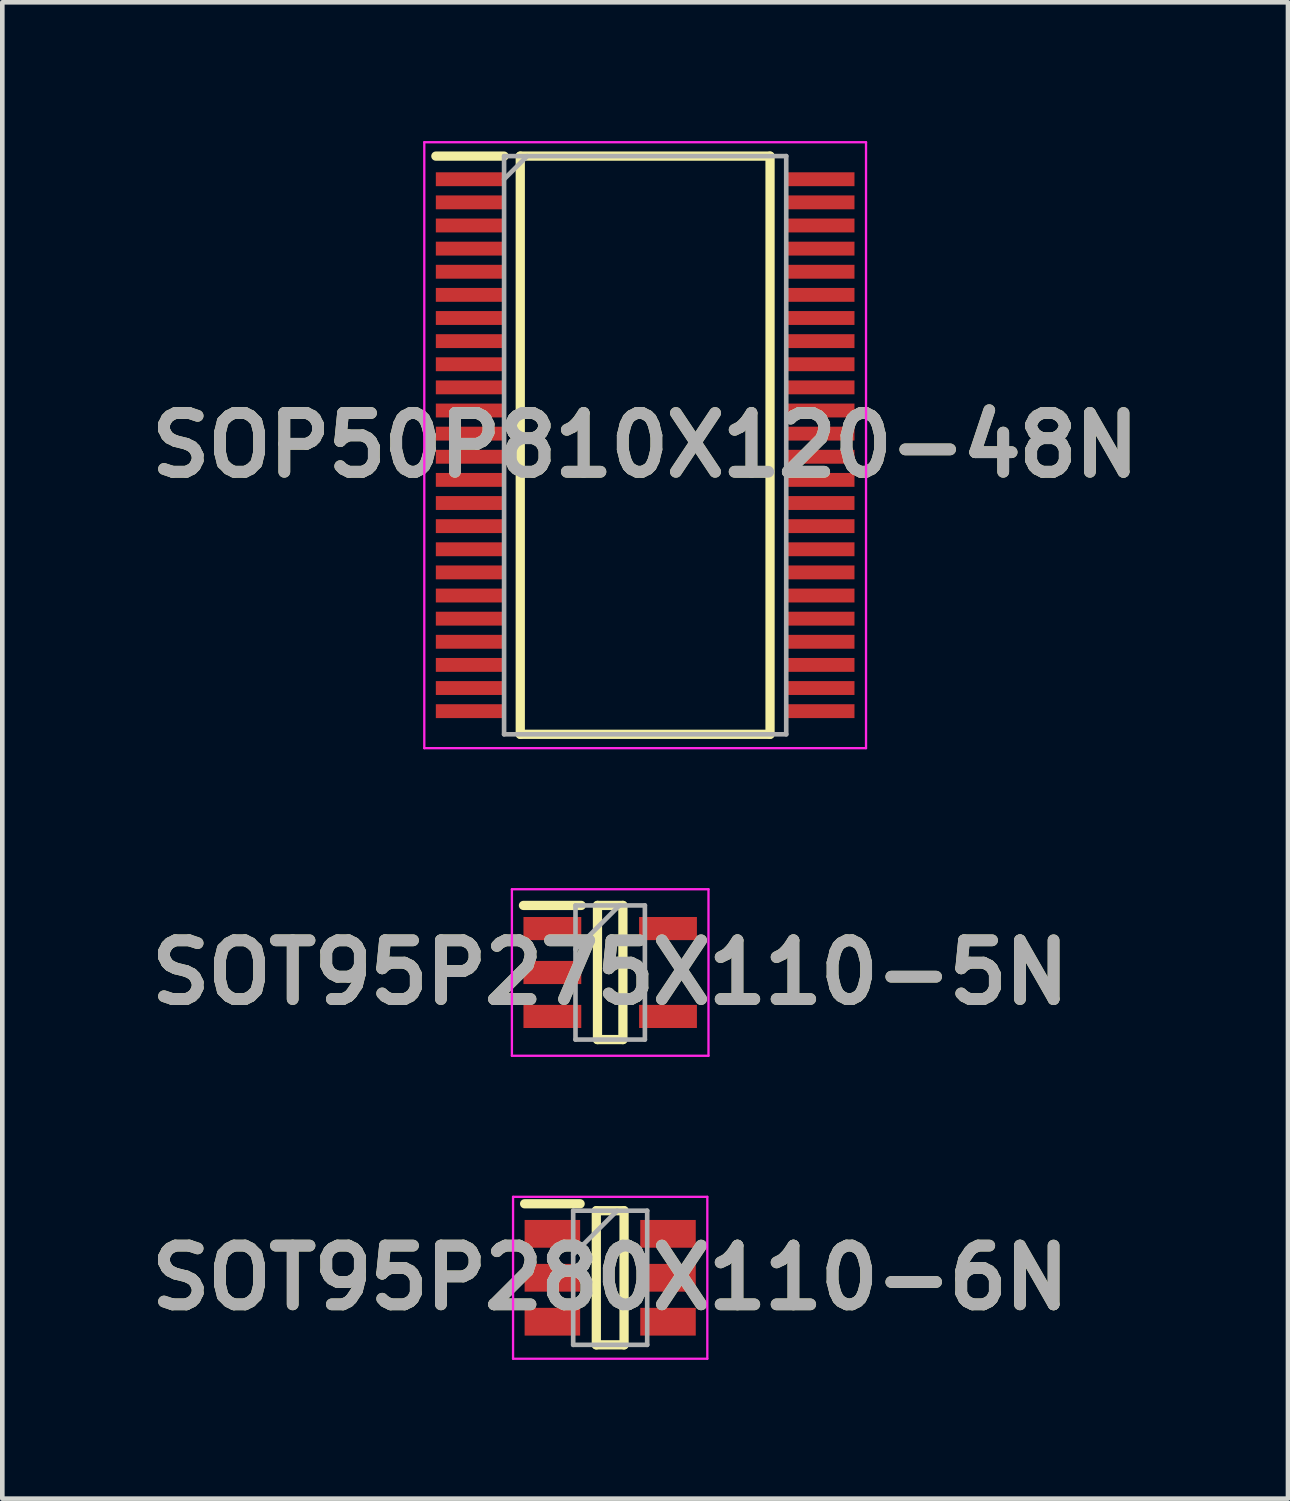
<source format=kicad_pcb>
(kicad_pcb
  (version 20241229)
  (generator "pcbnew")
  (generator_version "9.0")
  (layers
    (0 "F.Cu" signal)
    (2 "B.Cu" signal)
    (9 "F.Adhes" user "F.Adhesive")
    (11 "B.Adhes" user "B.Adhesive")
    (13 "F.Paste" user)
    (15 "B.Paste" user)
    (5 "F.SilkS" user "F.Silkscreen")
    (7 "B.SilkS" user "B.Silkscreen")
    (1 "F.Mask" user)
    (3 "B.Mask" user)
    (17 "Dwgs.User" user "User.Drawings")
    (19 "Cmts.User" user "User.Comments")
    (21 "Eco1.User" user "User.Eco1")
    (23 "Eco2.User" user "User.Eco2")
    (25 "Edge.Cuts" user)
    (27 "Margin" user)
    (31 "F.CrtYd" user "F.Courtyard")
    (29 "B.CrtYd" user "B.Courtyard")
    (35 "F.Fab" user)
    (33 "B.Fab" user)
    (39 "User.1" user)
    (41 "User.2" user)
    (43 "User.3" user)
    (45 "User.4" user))
  (footprint "SOT95P280X110-6N"
    (layer "F.Cu")
    (at 10.142 24.575)
    (property "Reference" "SOT95P280X110-6N" (at 0 0 0) (layer "F.SilkS") (effects (font (size 1.27 1.27) (thickness 0.254))))
    (attr smd)
    (fp_line (start -1.85 -1.6) (end -0.65 -1.6) (stroke (width 0.2) (type solid)) (layer "F.SilkS"))
    (fp_line (start -0.3 -1.45) (end 0.3 -1.45) (stroke (width 0.2) (type solid)) (layer "F.SilkS"))
    (fp_line (start -0.3 1.45) (end -0.3 -1.45) (stroke (width 0.2) (type solid)) (layer "F.SilkS"))
    (fp_line (start 0.3 -1.45) (end 0.3 1.45) (stroke (width 0.2) (type solid)) (layer "F.SilkS"))
    (fp_line (start 0.3 1.45) (end -0.3 1.45) (stroke (width 0.2) (type solid)) (layer "F.SilkS"))
    (fp_line (start -2.1 -1.75) (end 2.1 -1.75) (stroke (width 0.05) (type solid)) (layer "F.CrtYd"))
    (fp_line (start -2.1 1.75) (end -2.1 -1.75) (stroke (width 0.05) (type solid)) (layer "F.CrtYd"))
    (fp_line (start 2.1 -1.75) (end 2.1 1.75) (stroke (width 0.05) (type solid)) (layer "F.CrtYd"))
    (fp_line (start 2.1 1.75) (end -2.1 1.75) (stroke (width 0.05) (type solid)) (layer "F.CrtYd"))
    (fp_line (start -0.8 -1.45) (end 0.8 -1.45) (stroke (width 0.1) (type solid)) (layer "F.Fab"))
    (fp_line (start -0.8 -0.5) (end 0.15 -1.45) (stroke (width 0.1) (type solid)) (layer "F.Fab"))
    (fp_line (start -0.8 1.45) (end -0.8 -1.45) (stroke (width 0.1) (type solid)) (layer "F.Fab"))
    (fp_line (start 0.8 -1.45) (end 0.8 1.45) (stroke (width 0.1) (type solid)) (layer "F.Fab"))
    (fp_line (start 0.8 1.45) (end -0.8 1.45) (stroke (width 0.1) (type solid)) (layer "F.Fab"))
    (fp_text user "${REFERENCE}" (at 0 0 0) (layer "F.Fab") (effects (font (size 1.27 1.27) (thickness 0.254))))
    (pad "1" smd rect (at -1.25 -0.95 90) (size 0.6 1.2) (layers "F.Cu" "F.Mask" "F.Paste"))
    (pad "2" smd rect (at -1.25 0 90) (size 0.6 1.2) (layers "F.Cu" "F.Mask" "F.Paste"))
    (pad "3" smd rect (at -1.25 0.95 90) (size 0.6 1.2) (layers "F.Cu" "F.Mask" "F.Paste"))
    (pad "4" smd rect (at 1.25 0.95 90) (size 0.6 1.2) (layers "F.Cu" "F.Mask" "F.Paste"))
    (pad "5" smd rect (at 1.25 0 90) (size 0.6 1.2) (layers "F.Cu" "F.Mask" "F.Paste"))
    (pad "6" smd rect (at 1.25 -0.95 90) (size 0.6 1.2) (layers "F.Cu" "F.Mask" "F.Paste")))
  (footprint "SOP50P810X120-48N"
    (layer "F.Cu")
    (at 10.898 6.575)
    (property "Reference" "SOP50P810X120-48N" (at 0 0 0) (layer "F.SilkS") (effects (font (size 1.27 1.27) (thickness 0.254))))
    (attr smd)
    (fp_line (start -4.525 -6.25) (end -3.05 -6.25) (stroke (width 0.2) (type solid)) (layer "F.SilkS"))
    (fp_line (start -2.7 -6.25) (end 2.7 -6.25) (stroke (width 0.2) (type solid)) (layer "F.SilkS"))
    (fp_line (start -2.7 6.25) (end -2.7 -6.25) (stroke (width 0.2) (type solid)) (layer "F.SilkS"))
    (fp_line (start 2.7 -6.25) (end 2.7 6.25) (stroke (width 0.2) (type solid)) (layer "F.SilkS"))
    (fp_line (start 2.7 6.25) (end -2.7 6.25) (stroke (width 0.2) (type solid)) (layer "F.SilkS"))
    (fp_line (start -4.775 -6.55) (end 4.775 -6.55) (stroke (width 0.05) (type solid)) (layer "F.CrtYd"))
    (fp_line (start -4.775 6.55) (end -4.775 -6.55) (stroke (width 0.05) (type solid)) (layer "F.CrtYd"))
    (fp_line (start 4.775 -6.55) (end 4.775 6.55) (stroke (width 0.05) (type solid)) (layer "F.CrtYd"))
    (fp_line (start 4.775 6.55) (end -4.775 6.55) (stroke (width 0.05) (type solid)) (layer "F.CrtYd"))
    (fp_line (start -3.05 -6.25) (end 3.05 -6.25) (stroke (width 0.1) (type solid)) (layer "F.Fab"))
    (fp_line (start -3.05 -5.75) (end -2.55 -6.25) (stroke (width 0.1) (type solid)) (layer "F.Fab"))
    (fp_line (start -3.05 6.25) (end -3.05 -6.25) (stroke (width 0.1) (type solid)) (layer "F.Fab"))
    (fp_line (start 3.05 -6.25) (end 3.05 6.25) (stroke (width 0.1) (type solid)) (layer "F.Fab"))
    (fp_line (start 3.05 6.25) (end -3.05 6.25) (stroke (width 0.1) (type solid)) (layer "F.Fab"))
    (fp_text user "${REFERENCE}" (at 0 0 0) (layer "F.Fab") (effects (font (size 1.27 1.27) (thickness 0.254))))
    (pad "1" smd rect (at -3.788 -5.75 90) (size 0.3 1.475) (layers "F.Cu" "F.Mask" "F.Paste"))
    (pad "2" smd rect (at -3.788 -5.25 90) (size 0.3 1.475) (layers "F.Cu" "F.Mask" "F.Paste"))
    (pad "3" smd rect (at -3.788 -4.75 90) (size 0.3 1.475) (layers "F.Cu" "F.Mask" "F.Paste"))
    (pad "4" smd rect (at -3.788 -4.25 90) (size 0.3 1.475) (layers "F.Cu" "F.Mask" "F.Paste"))
    (pad "5" smd rect (at -3.788 -3.75 90) (size 0.3 1.475) (layers "F.Cu" "F.Mask" "F.Paste"))
    (pad "6" smd rect (at -3.788 -3.25 90) (size 0.3 1.475) (layers "F.Cu" "F.Mask" "F.Paste"))
    (pad "7" smd rect (at -3.788 -2.75 90) (size 0.3 1.475) (layers "F.Cu" "F.Mask" "F.Paste"))
    (pad "8" smd rect (at -3.788 -2.25 90) (size 0.3 1.475) (layers "F.Cu" "F.Mask" "F.Paste"))
    (pad "9" smd rect (at -3.788 -1.75 90) (size 0.3 1.475) (layers "F.Cu" "F.Mask" "F.Paste"))
    (pad "10" smd rect (at -3.788 -1.25 90) (size 0.3 1.475) (layers "F.Cu" "F.Mask" "F.Paste"))
    (pad "11" smd rect (at -3.788 -0.75 90) (size 0.3 1.475) (layers "F.Cu" "F.Mask" "F.Paste"))
    (pad "12" smd rect (at -3.788 -0.25 90) (size 0.3 1.475) (layers "F.Cu" "F.Mask" "F.Paste"))
    (pad "13" smd rect (at -3.788 0.25 90) (size 0.3 1.475) (layers "F.Cu" "F.Mask" "F.Paste"))
    (pad "14" smd rect (at -3.788 0.75 90) (size 0.3 1.475) (layers "F.Cu" "F.Mask" "F.Paste"))
    (pad "15" smd rect (at -3.788 1.25 90) (size 0.3 1.475) (layers "F.Cu" "F.Mask" "F.Paste"))
    (pad "16" smd rect (at -3.788 1.75 90) (size 0.3 1.475) (layers "F.Cu" "F.Mask" "F.Paste"))
    (pad "17" smd rect (at -3.788 2.25 90) (size 0.3 1.475) (layers "F.Cu" "F.Mask" "F.Paste"))
    (pad "18" smd rect (at -3.788 2.75 90) (size 0.3 1.475) (layers "F.Cu" "F.Mask" "F.Paste"))
    (pad "19" smd rect (at -3.788 3.25 90) (size 0.3 1.475) (layers "F.Cu" "F.Mask" "F.Paste"))
    (pad "20" smd rect (at -3.788 3.75 90) (size 0.3 1.475) (layers "F.Cu" "F.Mask" "F.Paste"))
    (pad "21" smd rect (at -3.788 4.25 90) (size 0.3 1.475) (layers "F.Cu" "F.Mask" "F.Paste"))
    (pad "22" smd rect (at -3.788 4.75 90) (size 0.3 1.475) (layers "F.Cu" "F.Mask" "F.Paste"))
    (pad "23" smd rect (at -3.788 5.25 90) (size 0.3 1.475) (layers "F.Cu" "F.Mask" "F.Paste"))
    (pad "24" smd rect (at -3.788 5.75 90) (size 0.3 1.475) (layers "F.Cu" "F.Mask" "F.Paste"))
    (pad "25" smd rect (at 3.788 5.75 90) (size 0.3 1.475) (layers "F.Cu" "F.Mask" "F.Paste"))
    (pad "26" smd rect (at 3.788 5.25 90) (size 0.3 1.475) (layers "F.Cu" "F.Mask" "F.Paste"))
    (pad "27" smd rect (at 3.788 4.75 90) (size 0.3 1.475) (layers "F.Cu" "F.Mask" "F.Paste"))
    (pad "28" smd rect (at 3.788 4.25 90) (size 0.3 1.475) (layers "F.Cu" "F.Mask" "F.Paste"))
    (pad "29" smd rect (at 3.788 3.75 90) (size 0.3 1.475) (layers "F.Cu" "F.Mask" "F.Paste"))
    (pad "30" smd rect (at 3.788 3.25 90) (size 0.3 1.475) (layers "F.Cu" "F.Mask" "F.Paste"))
    (pad "31" smd rect (at 3.788 2.75 90) (size 0.3 1.475) (layers "F.Cu" "F.Mask" "F.Paste"))
    (pad "32" smd rect (at 3.788 2.25 90) (size 0.3 1.475) (layers "F.Cu" "F.Mask" "F.Paste"))
    (pad "33" smd rect (at 3.788 1.75 90) (size 0.3 1.475) (layers "F.Cu" "F.Mask" "F.Paste"))
    (pad "34" smd rect (at 3.788 1.25 90) (size 0.3 1.475) (layers "F.Cu" "F.Mask" "F.Paste"))
    (pad "35" smd rect (at 3.788 0.75 90) (size 0.3 1.475) (layers "F.Cu" "F.Mask" "F.Paste"))
    (pad "36" smd rect (at 3.788 0.25 90) (size 0.3 1.475) (layers "F.Cu" "F.Mask" "F.Paste"))
    (pad "37" smd rect (at 3.788 -0.25 90) (size 0.3 1.475) (layers "F.Cu" "F.Mask" "F.Paste"))
    (pad "38" smd rect (at 3.788 -0.75 90) (size 0.3 1.475) (layers "F.Cu" "F.Mask" "F.Paste"))
    (pad "39" smd rect (at 3.788 -1.25 90) (size 0.3 1.475) (layers "F.Cu" "F.Mask" "F.Paste"))
    (pad "40" smd rect (at 3.788 -1.75 90) (size 0.3 1.475) (layers "F.Cu" "F.Mask" "F.Paste"))
    (pad "41" smd rect (at 3.788 -2.25 90) (size 0.3 1.475) (layers "F.Cu" "F.Mask" "F.Paste"))
    (pad "42" smd rect (at 3.788 -2.75 90) (size 0.3 1.475) (layers "F.Cu" "F.Mask" "F.Paste"))
    (pad "43" smd rect (at 3.788 -3.25 90) (size 0.3 1.475) (layers "F.Cu" "F.Mask" "F.Paste"))
    (pad "44" smd rect (at 3.788 -3.75 90) (size 0.3 1.475) (layers "F.Cu" "F.Mask" "F.Paste"))
    (pad "45" smd rect (at 3.788 -4.25 90) (size 0.3 1.475) (layers "F.Cu" "F.Mask" "F.Paste"))
    (pad "46" smd rect (at 3.788 -4.75 90) (size 0.3 1.475) (layers "F.Cu" "F.Mask" "F.Paste"))
    (pad "47" smd rect (at 3.788 -5.25 90) (size 0.3 1.475) (layers "F.Cu" "F.Mask" "F.Paste"))
    (pad "48" smd rect (at 3.788 -5.75 90) (size 0.3 1.475) (layers "F.Cu" "F.Mask" "F.Paste")))
  (footprint "SOT95P275X110-5N"
    (layer "F.Cu")
    (at 10.142 17.975)
    (property "Reference" "SOT95P275X110-5N" (at 0 0 0) (layer "F.SilkS") (effects (font (size 1.27 1.27) (thickness 0.254))))
    (attr smd)
    (fp_line (start -1.875 -1.45) (end -0.625 -1.45) (stroke (width 0.2) (type solid)) (layer "F.SilkS"))
    (fp_line (start -0.275 -1.45) (end 0.275 -1.45) (stroke (width 0.2) (type solid)) (layer "F.SilkS"))
    (fp_line (start -0.275 1.45) (end -0.275 -1.45) (stroke (width 0.2) (type solid)) (layer "F.SilkS"))
    (fp_line (start 0.275 -1.45) (end 0.275 1.45) (stroke (width 0.2) (type solid)) (layer "F.SilkS"))
    (fp_line (start 0.275 1.45) (end -0.275 1.45) (stroke (width 0.2) (type solid)) (layer "F.SilkS"))
    (fp_line (start -2.125 -1.8) (end 2.125 -1.8) (stroke (width 0.05) (type solid)) (layer "F.CrtYd"))
    (fp_line (start -2.125 1.8) (end -2.125 -1.8) (stroke (width 0.05) (type solid)) (layer "F.CrtYd"))
    (fp_line (start 2.125 -1.8) (end 2.125 1.8) (stroke (width 0.05) (type solid)) (layer "F.CrtYd"))
    (fp_line (start 2.125 1.8) (end -2.125 1.8) (stroke (width 0.05) (type solid)) (layer "F.CrtYd"))
    (fp_line (start -0.75 -1.45) (end 0.75 -1.45) (stroke (width 0.1) (type solid)) (layer "F.Fab"))
    (fp_line (start -0.75 -0.5) (end 0.2 -1.45) (stroke (width 0.1) (type solid)) (layer "F.Fab"))
    (fp_line (start -0.75 1.45) (end -0.75 -1.45) (stroke (width 0.1) (type solid)) (layer "F.Fab"))
    (fp_line (start 0.75 -1.45) (end 0.75 1.45) (stroke (width 0.1) (type solid)) (layer "F.Fab"))
    (fp_line (start 0.75 1.45) (end -0.75 1.45) (stroke (width 0.1) (type solid)) (layer "F.Fab"))
    (fp_text user "${REFERENCE}" (at 0 0 0) (layer "F.Fab") (effects (font (size 1.27 1.27) (thickness 0.254))))
    (pad "1" smd rect (at -1.25 -0.95 90) (size 0.5 1.25) (layers "F.Cu" "F.Mask" "F.Paste"))
    (pad "2" smd rect (at -1.25 0 90) (size 0.5 1.25) (layers "F.Cu" "F.Mask" "F.Paste"))
    (pad "3" smd rect (at -1.25 0.95 90) (size 0.5 1.25) (layers "F.Cu" "F.Mask" "F.Paste"))
    (pad "4" smd rect (at 1.25 0.95 90) (size 0.5 1.25) (layers "F.Cu" "F.Mask" "F.Paste"))
    (pad "5" smd rect (at 1.25 -0.95 90) (size 0.5 1.25) (layers "F.Cu" "F.Mask" "F.Paste")))
  (gr_rect
    (start -3 -3)
    (end 24.796 29.35)
    (stroke (width 0.1) (type default))
    (fill no)
    (layer "Edge.Cuts")))
</source>
